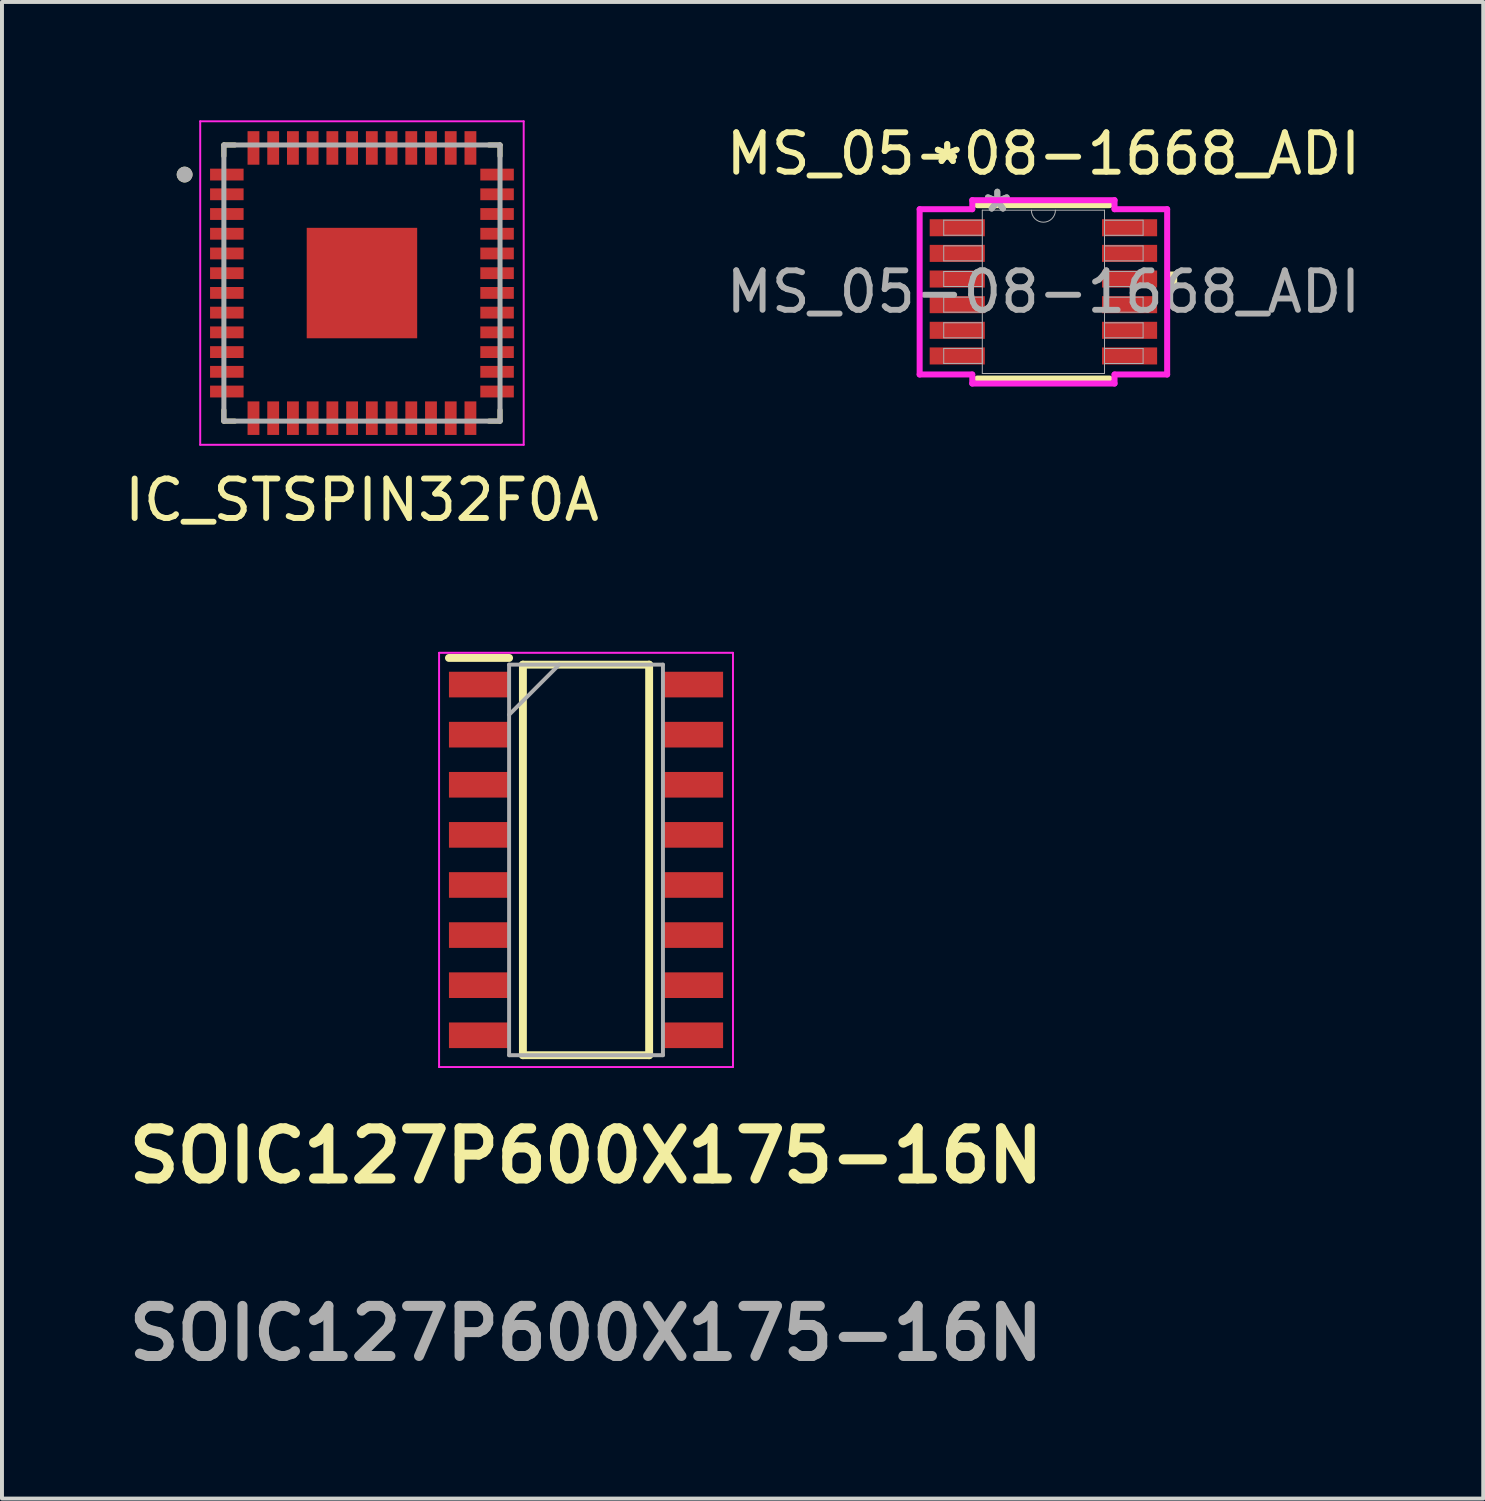
<source format=kicad_pcb>
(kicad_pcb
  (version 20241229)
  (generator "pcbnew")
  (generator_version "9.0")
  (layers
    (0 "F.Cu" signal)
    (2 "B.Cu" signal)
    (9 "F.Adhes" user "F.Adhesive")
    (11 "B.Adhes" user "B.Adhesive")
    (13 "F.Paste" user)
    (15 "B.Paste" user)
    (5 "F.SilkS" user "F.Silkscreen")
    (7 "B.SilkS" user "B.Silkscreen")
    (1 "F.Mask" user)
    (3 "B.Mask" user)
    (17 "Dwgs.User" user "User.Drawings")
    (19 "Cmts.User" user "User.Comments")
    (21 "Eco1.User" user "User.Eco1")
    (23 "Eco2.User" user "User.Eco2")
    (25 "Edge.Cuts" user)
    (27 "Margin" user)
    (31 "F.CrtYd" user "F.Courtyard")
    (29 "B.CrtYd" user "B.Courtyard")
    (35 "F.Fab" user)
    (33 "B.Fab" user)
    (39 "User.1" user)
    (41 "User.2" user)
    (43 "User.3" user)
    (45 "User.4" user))
  (footprint "SOIC127P600X175-16N"
    (layer "F.Cu")
    (at 11.805 18.748)
    (property "Reference" "SOIC127P600X175-16N" (at 0 7.5 0) (layer "F.SilkS") (effects (font (size 1.27 1.27) (thickness 0.254))))
    (attr smd)
    (fp_line (start -3.475 -5.12) (end -1.95 -5.12) (stroke (width 0.2) (type solid)) (layer "F.SilkS"))
    (fp_line (start -1.6 -4.95) (end 1.6 -4.95) (stroke (width 0.2) (type solid)) (layer "F.SilkS"))
    (fp_line (start -1.6 4.95) (end -1.6 -4.95) (stroke (width 0.2) (type solid)) (layer "F.SilkS"))
    (fp_line (start 1.6 -4.95) (end 1.6 4.95) (stroke (width 0.2) (type solid)) (layer "F.SilkS"))
    (fp_line (start 1.6 4.95) (end -1.6 4.95) (stroke (width 0.2) (type solid)) (layer "F.SilkS"))
    (fp_line (start -3.725 -5.25) (end 3.725 -5.25) (stroke (width 0.05) (type solid)) (layer "F.CrtYd"))
    (fp_line (start -3.725 5.25) (end -3.725 -5.25) (stroke (width 0.05) (type solid)) (layer "F.CrtYd"))
    (fp_line (start 3.725 -5.25) (end 3.725 5.25) (stroke (width 0.05) (type solid)) (layer "F.CrtYd"))
    (fp_line (start 3.725 5.25) (end -3.725 5.25) (stroke (width 0.05) (type solid)) (layer "F.CrtYd"))
    (fp_line (start -1.95 -4.95) (end 1.95 -4.95) (stroke (width 0.1) (type solid)) (layer "F.Fab"))
    (fp_line (start -1.95 -3.68) (end -0.68 -4.95) (stroke (width 0.1) (type solid)) (layer "F.Fab"))
    (fp_line (start -1.95 4.95) (end -1.95 -4.95) (stroke (width 0.1) (type solid)) (layer "F.Fab"))
    (fp_line (start 1.95 -4.95) (end 1.95 4.95) (stroke (width 0.1) (type solid)) (layer "F.Fab"))
    (fp_line (start 1.95 4.95) (end -1.95 4.95) (stroke (width 0.1) (type solid)) (layer "F.Fab"))
    (fp_text user "${REFERENCE}" (at 0 12 0) (layer "F.Fab") (effects (font (size 1.27 1.27) (thickness 0.254))))
    (pad "1" smd rect (at -2.712 -4.445 90) (size 0.65 1.525) (layers "F.Cu" "F.Mask" "F.Paste"))
    (pad "2" smd rect (at -2.712 -3.175 90) (size 0.65 1.525) (layers "F.Cu" "F.Mask" "F.Paste"))
    (pad "3" smd rect (at -2.712 -1.905 90) (size 0.65 1.525) (layers "F.Cu" "F.Mask" "F.Paste"))
    (pad "4" smd rect (at -2.712 -0.635 90) (size 0.65 1.525) (layers "F.Cu" "F.Mask" "F.Paste"))
    (pad "5" smd rect (at -2.712 0.635 90) (size 0.65 1.525) (layers "F.Cu" "F.Mask" "F.Paste"))
    (pad "6" smd rect (at -2.712 1.905 90) (size 0.65 1.525) (layers "F.Cu" "F.Mask" "F.Paste"))
    (pad "7" smd rect (at -2.712 3.175 90) (size 0.65 1.525) (layers "F.Cu" "F.Mask" "F.Paste"))
    (pad "8" smd rect (at -2.712 4.445 90) (size 0.65 1.525) (layers "F.Cu" "F.Mask" "F.Paste"))
    (pad "9" smd rect (at 2.712 4.445 90) (size 0.65 1.525) (layers "F.Cu" "F.Mask" "F.Paste"))
    (pad "10" smd rect (at 2.712 3.175 90) (size 0.65 1.525) (layers "F.Cu" "F.Mask" "F.Paste"))
    (pad "11" smd rect (at 2.712 1.905 90) (size 0.65 1.525) (layers "F.Cu" "F.Mask" "F.Paste"))
    (pad "12" smd rect (at 2.712 0.635 90) (size 0.65 1.525) (layers "F.Cu" "F.Mask" "F.Paste"))
    (pad "13" smd rect (at 2.712 -0.635 90) (size 0.65 1.525) (layers "F.Cu" "F.Mask" "F.Paste"))
    (pad "14" smd rect (at 2.712 -1.905 90) (size 0.65 1.525) (layers "F.Cu" "F.Mask" "F.Paste"))
    (pad "15" smd rect (at 2.712 -3.175 90) (size 0.65 1.525) (layers "F.Cu" "F.Mask" "F.Paste"))
    (pad "16" smd rect (at 2.712 -4.445 90) (size 0.65 1.525) (layers "F.Cu" "F.Mask" "F.Paste")))
  (footprint "MS_05-08-1668_ADI"
    (layer "F.Cu")
    (at 23.399 4.348)
    (property "Reference" "MS_05-08-1668_ADI" (at 0 -3.5 0) (unlocked yes) (layer "F.SilkS") (effects (font (size 1 1) (thickness 0.15))))
    (attr smd)
    (fp_line (start -1.676 2.197) (end 1.676 2.197) (stroke (width 0.152) (type solid)) (layer "F.SilkS"))
    (fp_line (start 1.676 -2.197) (end -1.676 -2.197) (stroke (width 0.152) (type solid)) (layer "F.SilkS"))
    (fp_poly (pts (xy 3.391 -0.515) (xy 3.391 -0.134) (xy 3.137 -0.134) (xy 3.137 -0.515)) (stroke (width 0) (type solid)) (fill yes) (layer "F.SilkS"))
    (fp_line (start -3.137 -2.095) (end -1.803 -2.095) (stroke (width 0.152) (type solid)) (layer "F.CrtYd"))
    (fp_line (start -3.137 2.095) (end -3.137 -2.095) (stroke (width 0.152) (type solid)) (layer "F.CrtYd"))
    (fp_line (start -3.137 2.095) (end -1.803 2.095) (stroke (width 0.152) (type solid)) (layer "F.CrtYd"))
    (fp_line (start -1.803 -2.324) (end 1.803 -2.324) (stroke (width 0.152) (type solid)) (layer "F.CrtYd"))
    (fp_line (start -1.803 -2.095) (end -1.803 -2.324) (stroke (width 0.152) (type solid)) (layer "F.CrtYd"))
    (fp_line (start -1.803 2.324) (end -1.803 2.095) (stroke (width 0.152) (type solid)) (layer "F.CrtYd"))
    (fp_line (start 1.803 -2.324) (end 1.803 -2.095) (stroke (width 0.152) (type solid)) (layer "F.CrtYd"))
    (fp_line (start 1.803 2.095) (end 1.803 2.324) (stroke (width 0.152) (type solid)) (layer "F.CrtYd"))
    (fp_line (start 1.803 2.324) (end -1.803 2.324) (stroke (width 0.152) (type solid)) (layer "F.CrtYd"))
    (fp_line (start 3.137 -2.095) (end 1.803 -2.095) (stroke (width 0.152) (type solid)) (layer "F.CrtYd"))
    (fp_line (start 3.137 -2.095) (end 3.137 2.095) (stroke (width 0.152) (type solid)) (layer "F.CrtYd"))
    (fp_line (start 3.137 2.095) (end 1.803 2.095) (stroke (width 0.152) (type solid)) (layer "F.CrtYd"))
    (fp_line (start -2.527 -1.816) (end -2.527 -1.435) (stroke (width 0.025) (type solid)) (layer "F.Fab"))
    (fp_line (start -2.527 -1.435) (end -1.549 -1.435) (stroke (width 0.025) (type solid)) (layer "F.Fab"))
    (fp_line (start -2.527 -1.166) (end -2.527 -0.785) (stroke (width 0.025) (type solid)) (layer "F.Fab"))
    (fp_line (start -2.527 -0.785) (end -1.549 -0.785) (stroke (width 0.025) (type solid)) (layer "F.Fab"))
    (fp_line (start -2.527 -0.516) (end -2.527 -0.135) (stroke (width 0.025) (type solid)) (layer "F.Fab"))
    (fp_line (start -2.527 -0.135) (end -1.549 -0.135) (stroke (width 0.025) (type solid)) (layer "F.Fab"))
    (fp_line (start -2.527 0.134) (end -2.527 0.515) (stroke (width 0.025) (type solid)) (layer "F.Fab"))
    (fp_line (start -2.527 0.515) (end -1.549 0.515) (stroke (width 0.025) (type solid)) (layer "F.Fab"))
    (fp_line (start -2.527 0.784) (end -2.527 1.165) (stroke (width 0.025) (type solid)) (layer "F.Fab"))
    (fp_line (start -2.527 1.165) (end -1.549 1.165) (stroke (width 0.025) (type solid)) (layer "F.Fab"))
    (fp_line (start -2.527 1.434) (end -2.527 1.815) (stroke (width 0.025) (type solid)) (layer "F.Fab"))
    (fp_line (start -2.527 1.815) (end -1.549 1.815) (stroke (width 0.025) (type solid)) (layer "F.Fab"))
    (fp_line (start -1.549 -2.07) (end -1.549 2.07) (stroke (width 0.025) (type solid)) (layer "F.Fab"))
    (fp_line (start -1.549 -1.816) (end -2.527 -1.816) (stroke (width 0.025) (type solid)) (layer "F.Fab"))
    (fp_line (start -1.549 -1.435) (end -1.549 -1.816) (stroke (width 0.025) (type solid)) (layer "F.Fab"))
    (fp_line (start -1.549 -1.166) (end -2.527 -1.166) (stroke (width 0.025) (type solid)) (layer "F.Fab"))
    (fp_line (start -1.549 -0.785) (end -1.549 -1.166) (stroke (width 0.025) (type solid)) (layer "F.Fab"))
    (fp_line (start -1.549 -0.516) (end -2.527 -0.516) (stroke (width 0.025) (type solid)) (layer "F.Fab"))
    (fp_line (start -1.549 -0.135) (end -1.549 -0.516) (stroke (width 0.025) (type solid)) (layer "F.Fab"))
    (fp_line (start -1.549 0.134) (end -2.527 0.134) (stroke (width 0.025) (type solid)) (layer "F.Fab"))
    (fp_line (start -1.549 0.515) (end -1.549 0.134) (stroke (width 0.025) (type solid)) (layer "F.Fab"))
    (fp_line (start -1.549 0.784) (end -2.527 0.784) (stroke (width 0.025) (type solid)) (layer "F.Fab"))
    (fp_line (start -1.549 1.165) (end -1.549 0.784) (stroke (width 0.025) (type solid)) (layer "F.Fab"))
    (fp_line (start -1.549 1.434) (end -2.527 1.434) (stroke (width 0.025) (type solid)) (layer "F.Fab"))
    (fp_line (start -1.549 1.815) (end -1.549 1.434) (stroke (width 0.025) (type solid)) (layer "F.Fab"))
    (fp_line (start -1.549 2.07) (end 1.549 2.07) (stroke (width 0.025) (type solid)) (layer "F.Fab"))
    (fp_line (start 1.549 -2.07) (end -1.549 -2.07) (stroke (width 0.025) (type solid)) (layer "F.Fab"))
    (fp_line (start 1.549 -1.815) (end 1.549 -1.434) (stroke (width 0.025) (type solid)) (layer "F.Fab"))
    (fp_line (start 1.549 -1.434) (end 2.527 -1.434) (stroke (width 0.025) (type solid)) (layer "F.Fab"))
    (fp_line (start 1.549 -1.165) (end 1.549 -0.784) (stroke (width 0.025) (type solid)) (layer "F.Fab"))
    (fp_line (start 1.549 -0.784) (end 2.527 -0.784) (stroke (width 0.025) (type solid)) (layer "F.Fab"))
    (fp_line (start 1.549 -0.515) (end 1.549 -0.134) (stroke (width 0.025) (type solid)) (layer "F.Fab"))
    (fp_line (start 1.549 -0.134) (end 2.527 -0.134) (stroke (width 0.025) (type solid)) (layer "F.Fab"))
    (fp_line (start 1.549 0.135) (end 1.549 0.516) (stroke (width 0.025) (type solid)) (layer "F.Fab"))
    (fp_line (start 1.549 0.516) (end 2.527 0.516) (stroke (width 0.025) (type solid)) (layer "F.Fab"))
    (fp_line (start 1.549 0.785) (end 1.549 1.166) (stroke (width 0.025) (type solid)) (layer "F.Fab"))
    (fp_line (start 1.549 1.166) (end 2.527 1.166) (stroke (width 0.025) (type solid)) (layer "F.Fab"))
    (fp_line (start 1.549 1.435) (end 1.549 1.816) (stroke (width 0.025) (type solid)) (layer "F.Fab"))
    (fp_line (start 1.549 1.816) (end 2.527 1.816) (stroke (width 0.025) (type solid)) (layer "F.Fab"))
    (fp_line (start 1.549 2.07) (end 1.549 -2.07) (stroke (width 0.025) (type solid)) (layer "F.Fab"))
    (fp_line (start 2.527 -1.815) (end 1.549 -1.815) (stroke (width 0.025) (type solid)) (layer "F.Fab"))
    (fp_line (start 2.527 -1.434) (end 2.527 -1.815) (stroke (width 0.025) (type solid)) (layer "F.Fab"))
    (fp_line (start 2.527 -1.165) (end 1.549 -1.165) (stroke (width 0.025) (type solid)) (layer "F.Fab"))
    (fp_line (start 2.527 -0.784) (end 2.527 -1.165) (stroke (width 0.025) (type solid)) (layer "F.Fab"))
    (fp_line (start 2.527 -0.515) (end 1.549 -0.515) (stroke (width 0.025) (type solid)) (layer "F.Fab"))
    (fp_line (start 2.527 -0.134) (end 2.527 -0.515) (stroke (width 0.025) (type solid)) (layer "F.Fab"))
    (fp_line (start 2.527 0.135) (end 1.549 0.135) (stroke (width 0.025) (type solid)) (layer "F.Fab"))
    (fp_line (start 2.527 0.516) (end 2.527 0.135) (stroke (width 0.025) (type solid)) (layer "F.Fab"))
    (fp_line (start 2.527 0.785) (end 1.549 0.785) (stroke (width 0.025) (type solid)) (layer "F.Fab"))
    (fp_line (start 2.527 1.166) (end 2.527 0.785) (stroke (width 0.025) (type solid)) (layer "F.Fab"))
    (fp_line (start 2.527 1.435) (end 1.549 1.435) (stroke (width 0.025) (type solid)) (layer "F.Fab"))
    (fp_line (start 2.527 1.816) (end 2.527 1.435) (stroke (width 0.025) (type solid)) (layer "F.Fab"))
    (fp_arc (start 0.3048 -2.0701) (mid 0 -1.7653) (end -0.3048 -2.0701) (stroke (width 0.0254) (type solid)) (layer "F.Fab"))
    (fp_text user "*" (at -2.438 -3.2 0) (layer "F.SilkS") (effects (font (size 1 1) (thickness 0.15))))
    (fp_text user "*" (at -2.438 -3.2 0) (unlocked yes) (layer "F.SilkS") (effects (font (size 1 1) (thickness 0.15))))
    (fp_text user "*" (at -1.168 -1.994 0) (unlocked yes) (layer "F.Fab") (effects (font (size 1 1) (thickness 0.15))))
    (fp_text user "*" (at -1.168 -1.994 0) (layer "F.Fab") (effects (font (size 1 1) (thickness 0.15))))
    (fp_text user "${REFERENCE}" (at 0 0 0) (unlocked yes) (layer "F.Fab") (effects (font (size 1 1) (thickness 0.15))))
    (pad "1" smd rect (at -2.184 -1.625) (size 1.397 0.432) (layers "F.Cu" "F.Mask" "F.Paste"))
    (pad "2" smd rect (at -2.184 -0.975) (size 1.397 0.432) (layers "F.Cu" "F.Mask" "F.Paste"))
    (pad "3" smd rect (at -2.184 -0.325) (size 1.397 0.432) (layers "F.Cu" "F.Mask" "F.Paste"))
    (pad "4" smd rect (at -2.184 0.325) (size 1.397 0.432) (layers "F.Cu" "F.Mask" "F.Paste"))
    (pad "5" smd rect (at -2.184 0.975) (size 1.397 0.432) (layers "F.Cu" "F.Mask" "F.Paste"))
    (pad "6" smd rect (at -2.184 1.625) (size 1.397 0.432) (layers "F.Cu" "F.Mask" "F.Paste"))
    (pad "7" smd rect (at 2.184 1.625) (size 1.397 0.432) (layers "F.Cu" "F.Mask" "F.Paste"))
    (pad "8" smd rect (at 2.184 0.975) (size 1.397 0.432) (layers "F.Cu" "F.Mask" "F.Paste"))
    (pad "9" smd rect (at 2.184 0.325) (size 1.397 0.432) (layers "F.Cu" "F.Mask" "F.Paste"))
    (pad "10" smd rect (at 2.184 -0.325) (size 1.397 0.432) (layers "F.Cu" "F.Mask" "F.Paste"))
    (pad "11" smd rect (at 2.184 -0.975) (size 1.397 0.432) (layers "F.Cu" "F.Mask" "F.Paste"))
    (pad "12" smd rect (at 2.184 -1.625) (size 1.397 0.432) (layers "F.Cu" "F.Mask" "F.Paste")))
  (footprint "IC_STSPIN32F0A"
    (layer "F.Cu")
    (at 6.125 4.125)
    (property "Reference" "IC_STSPIN32F0A" (at 0 5.5 0) (layer "F.SilkS") (effects (font (size 1 1) (thickness 0.15))))
    (attr smd)
    (fp_line (start -3.5 -3.5) (end -3.5 -3.22) (stroke (width 0.127) (type solid)) (layer "F.SilkS"))
    (fp_line (start -3.5 -3.5) (end -3.22 -3.5) (stroke (width 0.127) (type solid)) (layer "F.SilkS"))
    (fp_line (start -3.5 3.5) (end -3.5 3.22) (stroke (width 0.127) (type solid)) (layer "F.SilkS"))
    (fp_line (start -3.5 3.5) (end -3.22 3.5) (stroke (width 0.127) (type solid)) (layer "F.SilkS"))
    (fp_line (start 3.5 -3.5) (end 3.22 -3.5) (stroke (width 0.127) (type solid)) (layer "F.SilkS"))
    (fp_line (start 3.5 -3.5) (end 3.5 -3.22) (stroke (width 0.127) (type solid)) (layer "F.SilkS"))
    (fp_line (start 3.5 3.5) (end 3.22 3.5) (stroke (width 0.127) (type solid)) (layer "F.SilkS"))
    (fp_line (start 3.5 3.5) (end 3.5 3.22) (stroke (width 0.127) (type solid)) (layer "F.SilkS"))
    (fp_circle (center -4.495 -2.75) (end -4.395 -2.75) (stroke (width 0.2) (type solid)) (fill no) (layer "F.SilkS"))
    (fp_poly (pts (xy -0.885 -0.885) (xy 0.885 -0.885) (xy 0.885 0.885) (xy -0.885 0.885)) (stroke (width 0.01) (type solid)) (fill yes) (layer "F.Paste"))
    (fp_line (start -4.1 -4.1) (end 4.1 -4.1) (stroke (width 0.05) (type solid)) (layer "F.CrtYd"))
    (fp_line (start -4.1 4.1) (end -4.1 -4.1) (stroke (width 0.05) (type solid)) (layer "F.CrtYd"))
    (fp_line (start -4.1 4.1) (end 4.1 4.1) (stroke (width 0.05) (type solid)) (layer "F.CrtYd"))
    (fp_line (start 4.1 4.1) (end 4.1 -4.1) (stroke (width 0.05) (type solid)) (layer "F.CrtYd"))
    (fp_line (start -3.5 3.5) (end -3.5 -3.5) (stroke (width 0.127) (type solid)) (layer "F.Fab"))
    (fp_line (start 3.5 -3.5) (end -3.5 -3.5) (stroke (width 0.127) (type solid)) (layer "F.Fab"))
    (fp_line (start 3.5 3.5) (end -3.5 3.5) (stroke (width 0.127) (type solid)) (layer "F.Fab"))
    (fp_line (start 3.5 3.5) (end 3.5 -3.5) (stroke (width 0.127) (type solid)) (layer "F.Fab"))
    (fp_circle (center -4.495 -2.75) (end -4.395 -2.75) (stroke (width 0.2) (type solid)) (fill no) (layer "F.Fab"))
    (pad "1" smd rect (at -3.425 -2.75) (size 0.85 0.3) (layers "F.Cu" "F.Mask" "F.Paste"))
    (pad "2" smd rect (at -3.425 -2.25) (size 0.85 0.3) (layers "F.Cu" "F.Mask" "F.Paste"))
    (pad "3" smd rect (at -3.425 -1.75) (size 0.85 0.3) (layers "F.Cu" "F.Mask" "F.Paste"))
    (pad "4" smd rect (at -3.425 -1.25) (size 0.85 0.3) (layers "F.Cu" "F.Mask" "F.Paste"))
    (pad "5" smd rect (at -3.425 -0.75) (size 0.85 0.3) (layers "F.Cu" "F.Mask" "F.Paste"))
    (pad "6" smd rect (at -3.425 -0.25) (size 0.85 0.3) (layers "F.Cu" "F.Mask" "F.Paste"))
    (pad "7" smd rect (at -3.425 0.25) (size 0.85 0.3) (layers "F.Cu" "F.Mask" "F.Paste"))
    (pad "8" smd rect (at -3.425 0.75) (size 0.85 0.3) (layers "F.Cu" "F.Mask" "F.Paste"))
    (pad "9" smd rect (at -3.425 1.25) (size 0.85 0.3) (layers "F.Cu" "F.Mask" "F.Paste"))
    (pad "10" smd rect (at -3.425 1.75) (size 0.85 0.3) (layers "F.Cu" "F.Mask" "F.Paste"))
    (pad "11" smd rect (at -3.425 2.25) (size 0.85 0.3) (layers "F.Cu" "F.Mask" "F.Paste"))
    (pad "12" smd rect (at -3.425 2.75) (size 0.85 0.3) (layers "F.Cu" "F.Mask" "F.Paste"))
    (pad "13" smd rect (at -2.75 3.425) (size 0.3 0.85) (layers "F.Cu" "F.Mask" "F.Paste"))
    (pad "14" smd rect (at -2.25 3.425) (size 0.3 0.85) (layers "F.Cu" "F.Mask" "F.Paste"))
    (pad "15" smd rect (at -1.75 3.425) (size 0.3 0.85) (layers "F.Cu" "F.Mask" "F.Paste"))
    (pad "16" smd rect (at -1.25 3.425) (size 0.3 0.85) (layers "F.Cu" "F.Mask" "F.Paste"))
    (pad "17" smd rect (at -0.75 3.425) (size 0.3 0.85) (layers "F.Cu" "F.Mask" "F.Paste"))
    (pad "18" smd rect (at -0.25 3.425) (size 0.3 0.85) (layers "F.Cu" "F.Mask" "F.Paste"))
    (pad "19" smd rect (at 0.25 3.425) (size 0.3 0.85) (layers "F.Cu" "F.Mask" "F.Paste"))
    (pad "20" smd rect (at 0.75 3.425) (size 0.3 0.85) (layers "F.Cu" "F.Mask" "F.Paste"))
    (pad "21" smd rect (at 1.25 3.425) (size 0.3 0.85) (layers "F.Cu" "F.Mask" "F.Paste"))
    (pad "22" smd rect (at 1.75 3.425) (size 0.3 0.85) (layers "F.Cu" "F.Mask" "F.Paste"))
    (pad "23" smd rect (at 2.25 3.425) (size 0.3 0.85) (layers "F.Cu" "F.Mask" "F.Paste"))
    (pad "24" smd rect (at 2.75 3.425) (size 0.3 0.85) (layers "F.Cu" "F.Mask" "F.Paste"))
    (pad "25" smd rect (at 3.425 2.75) (size 0.85 0.3) (layers "F.Cu" "F.Mask" "F.Paste"))
    (pad "26" smd rect (at 3.425 2.25) (size 0.85 0.3) (layers "F.Cu" "F.Mask" "F.Paste"))
    (pad "27" smd rect (at 3.425 1.75) (size 0.85 0.3) (layers "F.Cu" "F.Mask" "F.Paste"))
    (pad "28" smd rect (at 3.425 1.25) (size 0.85 0.3) (layers "F.Cu" "F.Mask" "F.Paste"))
    (pad "29" smd rect (at 3.425 0.75) (size 0.85 0.3) (layers "F.Cu" "F.Mask" "F.Paste"))
    (pad "30" smd rect (at 3.425 0.25) (size 0.85 0.3) (layers "F.Cu" "F.Mask" "F.Paste"))
    (pad "31" smd rect (at 3.425 -0.25) (size 0.85 0.3) (layers "F.Cu" "F.Mask" "F.Paste"))
    (pad "32" smd rect (at 3.425 -0.75) (size 0.85 0.3) (layers "F.Cu" "F.Mask" "F.Paste"))
    (pad "33" smd rect (at 3.425 -1.25) (size 0.85 0.3) (layers "F.Cu" "F.Mask" "F.Paste"))
    (pad "34" smd rect (at 3.425 -1.75) (size 0.85 0.3) (layers "F.Cu" "F.Mask" "F.Paste"))
    (pad "35" smd rect (at 3.425 -2.25) (size 0.85 0.3) (layers "F.Cu" "F.Mask" "F.Paste"))
    (pad "36" smd rect (at 3.425 -2.75) (size 0.85 0.3) (layers "F.Cu" "F.Mask" "F.Paste"))
    (pad "37" smd rect (at 2.75 -3.425) (size 0.3 0.85) (layers "F.Cu" "F.Mask" "F.Paste"))
    (pad "38" smd rect (at 2.25 -3.425) (size 0.3 0.85) (layers "F.Cu" "F.Mask" "F.Paste"))
    (pad "39" smd rect (at 1.75 -3.425) (size 0.3 0.85) (layers "F.Cu" "F.Mask" "F.Paste"))
    (pad "40" smd rect (at 1.25 -3.425) (size 0.3 0.85) (layers "F.Cu" "F.Mask" "F.Paste"))
    (pad "41" smd rect (at 0.75 -3.425) (size 0.3 0.85) (layers "F.Cu" "F.Mask" "F.Paste"))
    (pad "42" smd rect (at 0.25 -3.425) (size 0.3 0.85) (layers "F.Cu" "F.Mask" "F.Paste"))
    (pad "43" smd rect (at -0.25 -3.425) (size 0.3 0.85) (layers "F.Cu" "F.Mask" "F.Paste"))
    (pad "44" smd rect (at -0.75 -3.425) (size 0.3 0.85) (layers "F.Cu" "F.Mask" "F.Paste"))
    (pad "45" smd rect (at -1.25 -3.425) (size 0.3 0.85) (layers "F.Cu" "F.Mask" "F.Paste"))
    (pad "46" smd rect (at -1.75 -3.425) (size 0.3 0.85) (layers "F.Cu" "F.Mask" "F.Paste"))
    (pad "47" smd rect (at -2.25 -3.425) (size 0.3 0.85) (layers "F.Cu" "F.Mask" "F.Paste"))
    (pad "48" smd rect (at -2.75 -3.425) (size 0.3 0.85) (layers "F.Cu" "F.Mask" "F.Paste"))
    (pad "49" smd rect (at 0 0) (size 2.8 2.8) (layers "F.Cu" "F.Mask")))
  (gr_rect
    (start -3 -3)
    (end 34.548 34.937)
    (stroke (width 0.1) (type default))
    (fill no)
    (layer "Edge.Cuts")))
</source>
